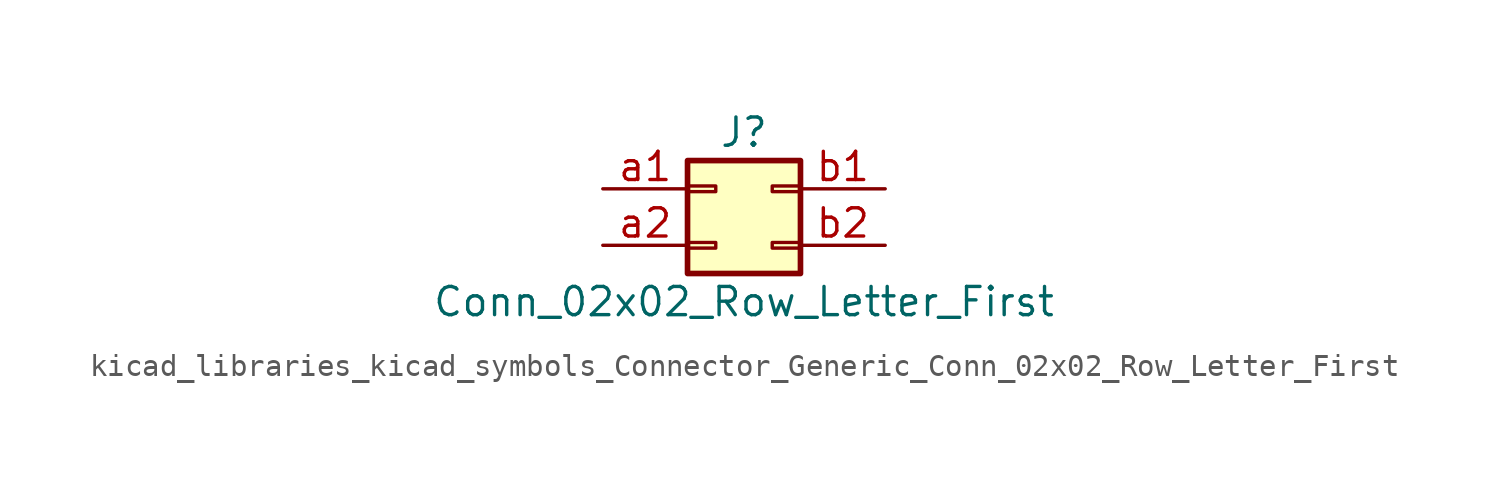
<source format=kicad_sym>
(kicad_symbol_lib
  (version 20220914)
  (generator kicad_symbol_editor)
  (symbol "kicad_libraries_kicad_symbols_Connector_Generic_Conn_02x02_Row_Letter_First"
    (pin_names
      (offset 1.016) hide)
    (property "Reference" "J"
      (at 1.27 2.54 0)
      (effects (font (size 1.27 1.27))))
    (property "Value" "Conn_02x02_Row_Letter_First"
      (at 1.27 -5.08 0)
      (effects (font (size 1.27 1.27))))
    (symbol "kicad_libraries_kicad_symbols_Connector_Generic_Conn_02x02_Row_Letter_First_1_1"
      (rectangle (start -1.27 -2.413) (end 0 -2.667) (stroke (width 0.152) (type default)) (fill (type none)))
      (rectangle (start -1.27 0.127) (end 0 -0.127) (stroke (width 0.152) (type default)) (fill (type none)))
      (rectangle (start -1.27 1.27) (end 3.81 -3.81) (stroke (width 0.254) (type default)) (fill (type background)))
      (rectangle (start 3.81 -2.413) (end 2.54 -2.667) (stroke (width 0.152) (type default)) (fill (type none)))
      (rectangle (start 3.81 0.127) (end 2.54 -0.127) (stroke (width 0.152) (type default)) (fill (type none)))
      (pin passive line (at -5.08 0 0) (length 3.81) (name "Pin_a1" (effects (font (size 1.27 1.27)))) (number "a1" (effects (font (size 1.27 1.27)))))
      (pin passive line (at -5.08 -2.54 0) (length 3.81) (name "Pin_a2" (effects (font (size 1.27 1.27)))) (number "a2" (effects (font (size 1.27 1.27)))))
      (pin passive line (at 7.62 0 180) (length 3.81) (name "Pin_b1" (effects (font (size 1.27 1.27)))) (number "b1" (effects (font (size 1.27 1.27)))))
      (pin passive line (at 7.62 -2.54 180) (length 3.81) (name "Pin_b2" (effects (font (size 1.27 1.27)))) (number "b2" (effects (font (size 1.27 1.27))))))))
</source>
